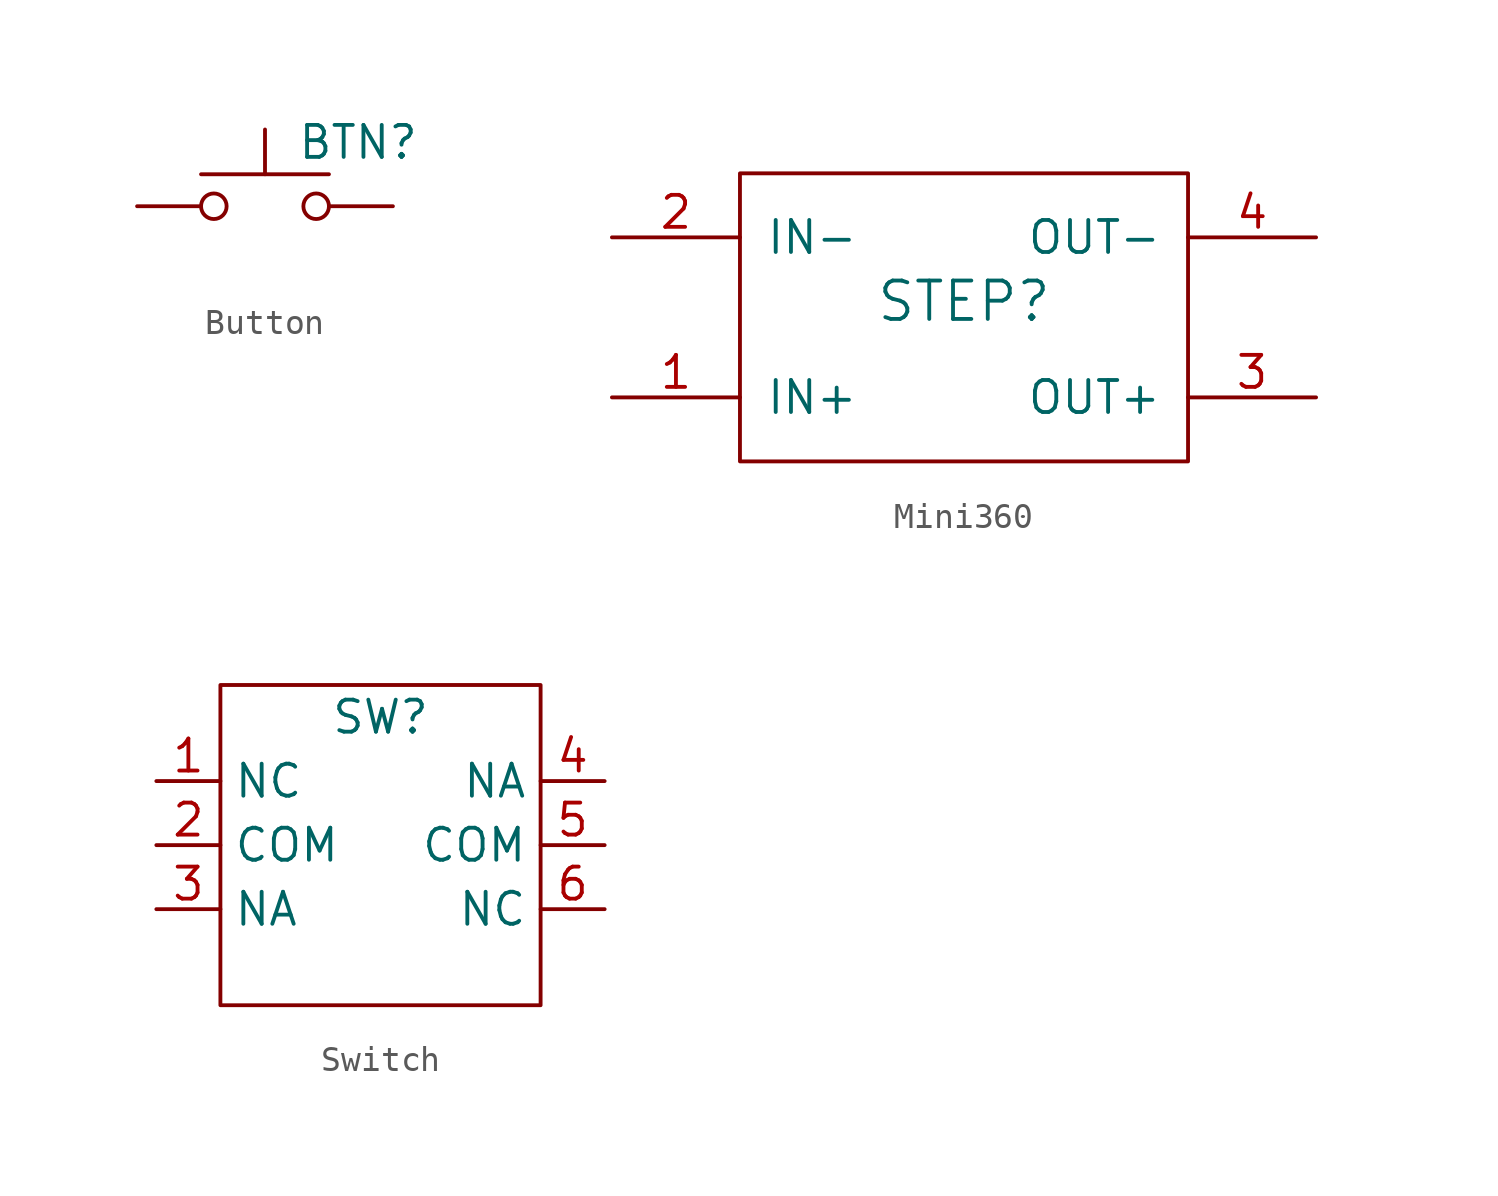
<source format=kicad_sym>
(kicad_symbol_lib
  (version 20220914)
  (generator kicad_symbol_editor)
  (symbol "Button"
    (pin_numbers hide)
    (pin_names
      (offset 1.016) hide)
    (property "Reference" "BTN"
      (at 1.27 2.54 0)
      (effects (font (size 1.27 1.27)) (justify left)))
    (property "Value" ""
      (at 0 -2.794 0)
      (effects (font (size 1.27 1.27))))
    (symbol "Button_0_1"
      (circle (center -2.032 0) (radius 0.508) (stroke (width 0) (type solid)) (fill (type none)))
      (polyline (pts (xy 0 1.27) (xy 0 3.048)) (stroke (width 0) (type solid)) (fill (type none)))
      (polyline (pts (xy 2.54 1.27) (xy -2.54 1.27)) (stroke (width 0) (type solid)) (fill (type none)))
      (circle (center 2.032 0) (radius 0.508) (stroke (width 0) (type solid)) (fill (type none)))
      (pin passive line (at -5.08 0 0) (length 2.54) (name "1" (effects (font (size 1.27 1.27)))) (number "1" (effects (font (size 1.27 1.27)))))
      (pin passive line (at 5.08 0 180) (length 2.54) (name "2" (effects (font (size 1.27 1.27)))) (number "2" (effects (font (size 1.27 1.27)))))))
  (symbol "Mini360"
    (pin_names
      (offset 1.016))
    (property "Reference" "STEP"
      (at 0 1.27 0)
      (effects (font (size 1.524 1.524))))
    (property "Value" ""
      (at 0 7.62 0)
      (effects (font (size 1.524 1.524))))
    (symbol "Mini360_0_1"
      (rectangle (start -8.89 6.35) (end 8.89 -5.08) (stroke (width 0) (type solid)) (fill (type none))))
    (symbol "Mini360_1_1"
      (pin power_in line (at -13.97 -2.54 0) (length 5.08) (name "IN+" (effects (font (size 1.27 1.27)))) (number "1" (effects (font (size 1.27 1.27)))))
      (pin input line (at -13.97 3.81 0) (length 5.08) (name "IN-" (effects (font (size 1.27 1.27)))) (number "2" (effects (font (size 1.27 1.27)))))
      (pin power_in line (at 13.97 -2.54 180) (length 5.08) (name "OUT+" (effects (font (size 1.27 1.27)))) (number "3" (effects (font (size 1.27 1.27)))))
      (pin output line (at 13.97 3.81 180) (length 5.08) (name "OUT-" (effects (font (size 1.27 1.27)))) (number "4" (effects (font (size 1.27 1.27)))))))
  (symbol "Switch"
    (property "Reference" "SW"
      (at 0 5.08 0)
      (effects (font (size 1.27 1.27))))
    (property "Value" ""
      (at 0 0 0)
      (effects (font (size 1.27 1.27))))
    (symbol "Switch_0_1"
      (rectangle (start -6.35 6.35) (end 6.35 -6.35) (stroke (width 0) (type default)) (fill (type none))))
    (symbol "Switch_1_1"
      (pin bidirectional line (at -8.89 2.54 0) (length 2.54) (name "NC" (effects (font (size 1.27 1.27)))) (number "1" (effects (font (size 1.27 1.27)))))
      (pin bidirectional line (at -8.89 0 0) (length 2.54) (name "COM" (effects (font (size 1.27 1.27)))) (number "2" (effects (font (size 1.27 1.27)))))
      (pin bidirectional line (at -8.89 -2.54 0) (length 2.54) (name "NA" (effects (font (size 1.27 1.27)))) (number "3" (effects (font (size 1.27 1.27)))))
      (pin bidirectional line (at 8.89 2.54 180) (length 2.54) (name "NA" (effects (font (size 1.27 1.27)))) (number "4" (effects (font (size 1.27 1.27)))))
      (pin bidirectional line (at 8.89 0 180) (length 2.54) (name "COM" (effects (font (size 1.27 1.27)))) (number "5" (effects (font (size 1.27 1.27)))))
      (pin bidirectional line (at 8.89 -2.54 180) (length 2.54) (name "NC" (effects (font (size 1.27 1.27)))) (number "6" (effects (font (size 1.27 1.27))))))))
</source>
